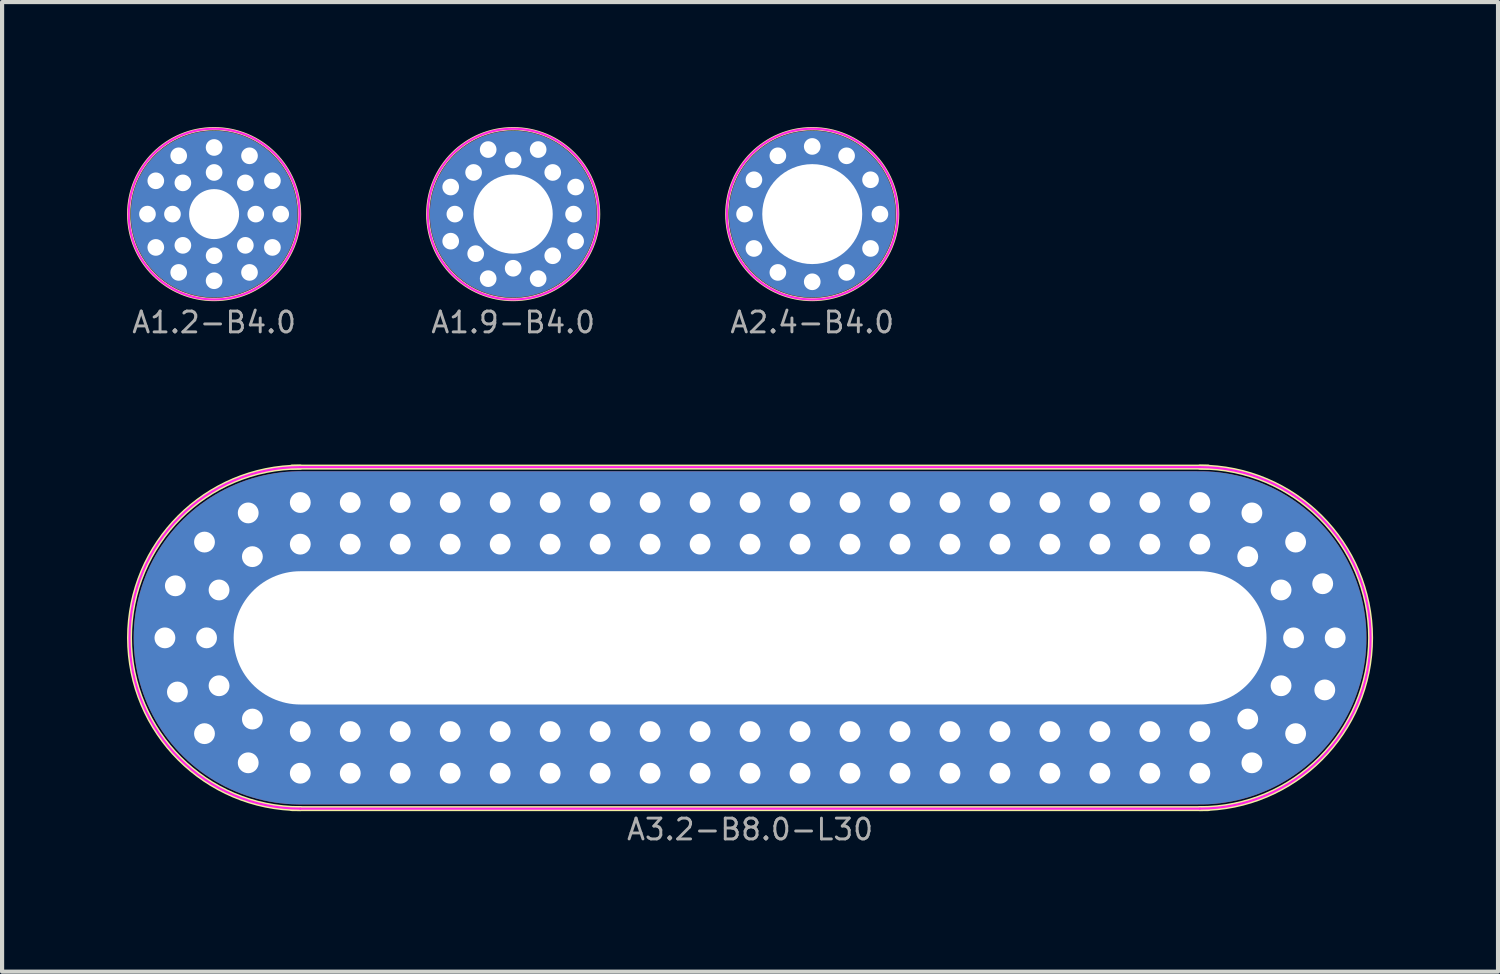
<source format=kicad_pcb>
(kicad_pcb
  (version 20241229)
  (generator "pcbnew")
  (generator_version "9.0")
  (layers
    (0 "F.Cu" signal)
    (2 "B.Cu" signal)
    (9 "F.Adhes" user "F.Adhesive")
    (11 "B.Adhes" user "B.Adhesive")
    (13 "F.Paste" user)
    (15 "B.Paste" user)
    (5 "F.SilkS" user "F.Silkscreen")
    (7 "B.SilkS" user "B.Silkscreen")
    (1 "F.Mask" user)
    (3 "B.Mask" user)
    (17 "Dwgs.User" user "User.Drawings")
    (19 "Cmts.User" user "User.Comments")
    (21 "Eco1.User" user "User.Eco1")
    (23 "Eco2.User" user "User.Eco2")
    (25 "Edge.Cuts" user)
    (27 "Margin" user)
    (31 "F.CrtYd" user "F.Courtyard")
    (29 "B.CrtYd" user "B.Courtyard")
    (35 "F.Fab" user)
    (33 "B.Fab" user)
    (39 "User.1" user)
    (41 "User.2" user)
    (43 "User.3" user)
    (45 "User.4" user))
  (footprint "A2.4-B4.0"
    (layer "F.Cu")
    (at 16.453 2.091)
    (property "Reference" "A2.4-B4.0" (at 0 2.6 0) (layer "F.Fab") (effects (font (size 0.5 0.5) (thickness 0.07))))
    (attr through_hole)
    (fp_circle (center 0 0) (end 2.05 -0.05) (stroke (width 0.08) (type solid)) (fill no) (layer "F.SilkS"))
    (fp_circle (center 0 0) (end 2.05 0) (stroke (width 0.05) (type solid)) (fill no) (layer "F.CrtYd"))
    (pad "1" thru_hole circle (at -1.625 0) (size 0.5 0.5) (drill 0.4) (layers "*.Cu" "*.Mask"))
    (pad "1" thru_hole circle (at -1.4 -0.825) (size 0.5 0.5) (drill 0.4) (layers "*.Cu" "*.Mask"))
    (pad "1" thru_hole circle (at -1.4 0.825) (size 0.5 0.5) (drill 0.4) (layers "*.Cu" "*.Mask"))
    (pad "1" thru_hole circle (at -0.825 -1.4) (size 0.5 0.5) (drill 0.4) (layers "*.Cu" "*.Mask"))
    (pad "1" thru_hole circle (at -0.825 1.4) (size 0.5 0.5) (drill 0.4) (layers "*.Cu" "*.Mask"))
    (pad "1" thru_hole circle (at 0 -1.625) (size 0.5 0.5) (drill 0.4) (layers "*.Cu" "*.Mask"))
    (pad "1" thru_hole circle (at 0 0) (size 4 4) (drill 2.4) (layers "*.Cu" "*.Mask"))
    (pad "1" thru_hole circle (at 0 1.625) (size 0.5 0.5) (drill 0.4) (layers "*.Cu" "*.Mask"))
    (pad "1" thru_hole circle (at 0.825 -1.4) (size 0.5 0.5) (drill 0.4) (layers "*.Cu" "*.Mask"))
    (pad "1" thru_hole circle (at 0.825 1.4) (size 0.5 0.5) (drill 0.4) (layers "*.Cu" "*.Mask"))
    (pad "1" thru_hole circle (at 1.4 -0.825) (size 0.5 0.5) (drill 0.4) (layers "*.Cu" "*.Mask"))
    (pad "1" thru_hole circle (at 1.4 0.825) (size 0.5 0.5) (drill 0.4) (layers "*.Cu" "*.Mask"))
    (pad "1" thru_hole circle (at 1.625 0) (size 0.5 0.5) (drill 0.4) (layers "*.Cu" "*.Mask")))
  (footprint "A1.2-B4.0"
    (layer "F.Cu")
    (at 2.091 2.091)
    (property "Reference" "A1.2-B4.0" (at 0 2.6 0) (layer "F.Fab") (effects (font (size 0.5 0.5) (thickness 0.07))))
    (attr through_hole)
    (fp_circle (center 0 0) (end 2.05 -0.05) (stroke (width 0.08) (type solid)) (fill no) (layer "F.SilkS"))
    (fp_circle (center 0 0) (end 2.05 0) (stroke (width 0.05) (type solid)) (fill no) (layer "F.CrtYd"))
    (pad "1" thru_hole circle (at -1.6 0) (size 0.5 0.5) (drill 0.4) (layers "*.Cu" "*.Mask"))
    (pad "1" thru_hole circle (at -1.4 -0.8) (size 0.5 0.5) (drill 0.4) (layers "*.Cu" "*.Mask"))
    (pad "1" thru_hole circle (at -1.4 0.8 180) (size 0.5 0.5) (drill 0.4) (layers "*.Cu" "*.Mask"))
    (pad "1" thru_hole circle (at -1 0) (size 0.5 0.5) (drill 0.4) (layers "*.Cu" "*.Mask"))
    (pad "1" thru_hole circle (at -0.85 -1.4) (size 0.5 0.5) (drill 0.4) (layers "*.Cu" "*.Mask"))
    (pad "1" thru_hole circle (at -0.85 1.4 180) (size 0.5 0.5) (drill 0.4) (layers "*.Cu" "*.Mask"))
    (pad "1" thru_hole circle (at -0.75 -0.75) (size 0.5 0.5) (drill 0.4) (layers "*.Cu" "*.Mask"))
    (pad "1" thru_hole circle (at -0.75 0.75 180) (size 0.5 0.5) (drill 0.4) (layers "*.Cu" "*.Mask"))
    (pad "1" thru_hole circle (at 0 -1.6 270) (size 0.5 0.5) (drill 0.4) (layers "*.Cu" "*.Mask"))
    (pad "1" thru_hole circle (at 0 -1 270) (size 0.5 0.5) (drill 0.4) (layers "*.Cu" "*.Mask"))
    (pad "1" thru_hole circle (at 0 0) (size 4 4) (drill 1.2) (layers "*.Cu" "*.Mask"))
    (pad "1" thru_hole circle (at 0 1 90) (size 0.5 0.5) (drill 0.4) (layers "*.Cu" "*.Mask"))
    (pad "1" thru_hole circle (at 0 1.6 90) (size 0.5 0.5) (drill 0.4) (layers "*.Cu" "*.Mask"))
    (pad "1" thru_hole circle (at 0.75 -0.75) (size 0.5 0.5) (drill 0.4) (layers "*.Cu" "*.Mask"))
    (pad "1" thru_hole circle (at 0.75 0.75 180) (size 0.5 0.5) (drill 0.4) (layers "*.Cu" "*.Mask"))
    (pad "1" thru_hole circle (at 0.85 -1.4) (size 0.5 0.5) (drill 0.4) (layers "*.Cu" "*.Mask"))
    (pad "1" thru_hole circle (at 0.85 1.4 180) (size 0.5 0.5) (drill 0.4) (layers "*.Cu" "*.Mask"))
    (pad "1" thru_hole circle (at 1 0 180) (size 0.5 0.5) (drill 0.4) (layers "*.Cu" "*.Mask"))
    (pad "1" thru_hole circle (at 1.4 -0.8) (size 0.5 0.5) (drill 0.4) (layers "*.Cu" "*.Mask"))
    (pad "1" thru_hole circle (at 1.4 0.8 180) (size 0.5 0.5) (drill 0.4) (layers "*.Cu" "*.Mask"))
    (pad "1" thru_hole circle (at 1.6 0 180) (size 0.5 0.5) (drill 0.4) (layers "*.Cu" "*.Mask")))
  (footprint "A3.2-B8.0-L30"
    (layer "F.Cu")
    (at 14.96 12.266)
    (property "Reference" "A3.2-B8.0-L30" (at 0 4.6 0) (layer "F.Fab") (effects (font (size 0.5 0.5) (thickness 0.07))))
    (attr through_hole)
    (fp_line (start -11 -4.1) (end 11 -4.1) (stroke (width 0.12) (type solid)) (layer "F.SilkS"))
    (fp_line (start 11 4.1) (end -11 4.1) (stroke (width 0.12) (type solid)) (layer "F.SilkS"))
    (fp_arc (start -10.8 4.1) (mid -14.9 0) (end -10.8 -4.1) (stroke (width 0.12) (type solid)) (layer "F.SilkS"))
    (fp_arc (start 10.8 -4.1) (mid 14.9 0) (end 10.8 4.1) (stroke (width 0.12) (type solid)) (layer "F.SilkS"))
    (fp_line (start -10.8 -4.1) (end 10.8 -4.1) (stroke (width 0.05) (type solid)) (layer "F.CrtYd"))
    (fp_line (start 10.8 4.1) (end -10.8 4.1) (stroke (width 0.05) (type solid)) (layer "F.CrtYd"))
    (fp_arc (start -10.8 4.1) (mid -14.9 0) (end -10.8 -4.1) (stroke (width 0.05) (type solid)) (layer "F.CrtYd"))
    (fp_arc (start 10.8 -4.1) (mid 14.9 0) (end 10.8 4.1) (stroke (width 0.05) (type solid)) (layer "F.CrtYd"))
    (pad "1" thru_hole circle (at -14.05 0) (size 0.6 0.6) (drill 0.5) (layers "*.Cu" "*.Mask"))
    (pad "1" thru_hole circle (at -13.8 -1.25) (size 0.6 0.6) (drill 0.5) (layers "*.Cu" "*.Mask"))
    (pad "1" thru_hole circle (at -13.75 1.3) (size 0.6 0.6) (drill 0.5) (layers "*.Cu" "*.Mask"))
    (pad "1" thru_hole circle (at -13.1 -2.3) (size 0.6 0.6) (drill 0.5) (layers "*.Cu" "*.Mask"))
    (pad "1" thru_hole circle (at -13.1 2.3) (size 0.6 0.6) (drill 0.5) (layers "*.Cu" "*.Mask"))
    (pad "1" thru_hole circle (at -13.05 0) (size 0.6 0.6) (drill 0.5) (layers "*.Cu" "*.Mask"))
    (pad "1" thru_hole circle (at -12.75 -1.15) (size 0.6 0.6) (drill 0.5) (layers "*.Cu" "*.Mask"))
    (pad "1" thru_hole circle (at -12.75 1.15) (size 0.6 0.6) (drill 0.5) (layers "*.Cu" "*.Mask"))
    (pad "1" thru_hole circle (at -12.05 -3) (size 0.6 0.6) (drill 0.5) (layers "*.Cu" "*.Mask"))
    (pad "1" thru_hole circle (at -12.05 3) (size 0.6 0.6) (drill 0.5) (layers "*.Cu" "*.Mask"))
    (pad "1" thru_hole circle (at -11.95 -1.95) (size 0.6 0.6) (drill 0.5) (layers "*.Cu" "*.Mask"))
    (pad "1" thru_hole circle (at -11.95 1.95) (size 0.6 0.6) (drill 0.5) (layers "*.Cu" "*.Mask"))
    (pad "1" thru_hole circle (at -10.8 -3.25) (size 0.6 0.6) (drill 0.5) (layers "*.Cu" "*.Mask"))
    (pad "1" thru_hole circle (at -10.8 -2.25) (size 0.6 0.6) (drill 0.5) (layers "*.Cu" "*.Mask"))
    (pad "1" thru_hole circle (at -10.8 2.25) (size 0.6 0.6) (drill 0.5) (layers "*.Cu" "*.Mask"))
    (pad "1" thru_hole circle (at -10.8 3.25) (size 0.6 0.6) (drill 0.5) (layers "*.Cu" "*.Mask"))
    (pad "1" thru_hole circle (at -9.6 -3.25) (size 0.6 0.6) (drill 0.5) (layers "*.Cu" "*.Mask"))
    (pad "1" thru_hole circle (at -9.6 -2.25) (size 0.6 0.6) (drill 0.5) (layers "*.Cu" "*.Mask"))
    (pad "1" thru_hole circle (at -9.6 2.25) (size 0.6 0.6) (drill 0.5) (layers "*.Cu" "*.Mask"))
    (pad "1" thru_hole circle (at -9.6 3.25) (size 0.6 0.6) (drill 0.5) (layers "*.Cu" "*.Mask"))
    (pad "1" thru_hole circle (at -8.4 -3.25) (size 0.6 0.6) (drill 0.5) (layers "*.Cu" "*.Mask"))
    (pad "1" thru_hole circle (at -8.4 -2.25) (size 0.6 0.6) (drill 0.5) (layers "*.Cu" "*.Mask"))
    (pad "1" thru_hole circle (at -8.4 2.25) (size 0.6 0.6) (drill 0.5) (layers "*.Cu" "*.Mask"))
    (pad "1" thru_hole circle (at -8.4 3.25) (size 0.6 0.6) (drill 0.5) (layers "*.Cu" "*.Mask"))
    (pad "1" thru_hole circle (at -7.2 -3.25) (size 0.6 0.6) (drill 0.5) (layers "*.Cu" "*.Mask"))
    (pad "1" thru_hole circle (at -7.2 -2.25) (size 0.6 0.6) (drill 0.5) (layers "*.Cu" "*.Mask"))
    (pad "1" thru_hole circle (at -7.2 2.25) (size 0.6 0.6) (drill 0.5) (layers "*.Cu" "*.Mask"))
    (pad "1" thru_hole circle (at -7.2 3.25) (size 0.6 0.6) (drill 0.5) (layers "*.Cu" "*.Mask"))
    (pad "1" thru_hole circle (at -6 -3.25) (size 0.6 0.6) (drill 0.5) (layers "*.Cu" "*.Mask"))
    (pad "1" thru_hole circle (at -6 -2.25) (size 0.6 0.6) (drill 0.5) (layers "*.Cu" "*.Mask"))
    (pad "1" thru_hole circle (at -6 2.25) (size 0.6 0.6) (drill 0.5) (layers "*.Cu" "*.Mask"))
    (pad "1" thru_hole circle (at -6 3.25) (size 0.6 0.6) (drill 0.5) (layers "*.Cu" "*.Mask"))
    (pad "1" thru_hole circle (at -4.8 -3.25) (size 0.6 0.6) (drill 0.5) (layers "*.Cu" "*.Mask"))
    (pad "1" thru_hole circle (at -4.8 -2.25) (size 0.6 0.6) (drill 0.5) (layers "*.Cu" "*.Mask"))
    (pad "1" thru_hole circle (at -4.8 2.25) (size 0.6 0.6) (drill 0.5) (layers "*.Cu" "*.Mask"))
    (pad "1" thru_hole circle (at -4.8 3.25) (size 0.6 0.6) (drill 0.5) (layers "*.Cu" "*.Mask"))
    (pad "1" thru_hole circle (at -3.6 -3.25) (size 0.6 0.6) (drill 0.5) (layers "*.Cu" "*.Mask"))
    (pad "1" thru_hole circle (at -3.6 -2.25) (size 0.6 0.6) (drill 0.5) (layers "*.Cu" "*.Mask"))
    (pad "1" thru_hole circle (at -3.6 2.25) (size 0.6 0.6) (drill 0.5) (layers "*.Cu" "*.Mask"))
    (pad "1" thru_hole circle (at -3.6 3.25) (size 0.6 0.6) (drill 0.5) (layers "*.Cu" "*.Mask"))
    (pad "1" thru_hole circle (at -2.4 -3.25) (size 0.6 0.6) (drill 0.5) (layers "*.Cu" "*.Mask"))
    (pad "1" thru_hole circle (at -2.4 -2.25) (size 0.6 0.6) (drill 0.5) (layers "*.Cu" "*.Mask"))
    (pad "1" thru_hole circle (at -2.4 2.25) (size 0.6 0.6) (drill 0.5) (layers "*.Cu" "*.Mask"))
    (pad "1" thru_hole circle (at -2.4 3.25) (size 0.6 0.6) (drill 0.5) (layers "*.Cu" "*.Mask"))
    (pad "1" thru_hole circle (at -1.2 -3.25) (size 0.6 0.6) (drill 0.5) (layers "*.Cu" "*.Mask"))
    (pad "1" thru_hole circle (at -1.2 -2.25) (size 0.6 0.6) (drill 0.5) (layers "*.Cu" "*.Mask"))
    (pad "1" thru_hole circle (at -1.2 2.25) (size 0.6 0.6) (drill 0.5) (layers "*.Cu" "*.Mask"))
    (pad "1" thru_hole circle (at -1.2 3.25) (size 0.6 0.6) (drill 0.5) (layers "*.Cu" "*.Mask"))
    (pad "1" thru_hole circle (at 0 -3.25) (size 0.6 0.6) (drill 0.5) (layers "*.Cu" "*.Mask"))
    (pad "1" thru_hole circle (at 0 -2.25) (size 0.6 0.6) (drill 0.5) (layers "*.Cu" "*.Mask"))
    (pad "1" thru_hole oval (at 0 0) (size 29.6 8) (drill oval 24.8 3.2) (layers "*.Cu" "*.Mask"))
    (pad "1" thru_hole circle (at 0 2.25) (size 0.6 0.6) (drill 0.5) (layers "*.Cu" "*.Mask"))
    (pad "1" thru_hole circle (at 0 3.25) (size 0.6 0.6) (drill 0.5) (layers "*.Cu" "*.Mask"))
    (pad "1" thru_hole circle (at 1.2 -3.25) (size 0.6 0.6) (drill 0.5) (layers "*.Cu" "*.Mask"))
    (pad "1" thru_hole circle (at 1.2 -2.25) (size 0.6 0.6) (drill 0.5) (layers "*.Cu" "*.Mask"))
    (pad "1" thru_hole circle (at 1.2 2.25) (size 0.6 0.6) (drill 0.5) (layers "*.Cu" "*.Mask"))
    (pad "1" thru_hole circle (at 1.2 3.25) (size 0.6 0.6) (drill 0.5) (layers "*.Cu" "*.Mask"))
    (pad "1" thru_hole circle (at 2.4 -3.25) (size 0.6 0.6) (drill 0.5) (layers "*.Cu" "*.Mask"))
    (pad "1" thru_hole circle (at 2.4 -2.25) (size 0.6 0.6) (drill 0.5) (layers "*.Cu" "*.Mask"))
    (pad "1" thru_hole circle (at 2.4 2.25) (size 0.6 0.6) (drill 0.5) (layers "*.Cu" "*.Mask"))
    (pad "1" thru_hole circle (at 2.4 3.25) (size 0.6 0.6) (drill 0.5) (layers "*.Cu" "*.Mask"))
    (pad "1" thru_hole circle (at 3.6 -3.25) (size 0.6 0.6) (drill 0.5) (layers "*.Cu" "*.Mask"))
    (pad "1" thru_hole circle (at 3.6 -2.25) (size 0.6 0.6) (drill 0.5) (layers "*.Cu" "*.Mask"))
    (pad "1" thru_hole circle (at 3.6 2.25) (size 0.6 0.6) (drill 0.5) (layers "*.Cu" "*.Mask"))
    (pad "1" thru_hole circle (at 3.6 3.25) (size 0.6 0.6) (drill 0.5) (layers "*.Cu" "*.Mask"))
    (pad "1" thru_hole circle (at 4.8 -3.25) (size 0.6 0.6) (drill 0.5) (layers "*.Cu" "*.Mask"))
    (pad "1" thru_hole circle (at 4.8 -2.25) (size 0.6 0.6) (drill 0.5) (layers "*.Cu" "*.Mask"))
    (pad "1" thru_hole circle (at 4.8 2.25) (size 0.6 0.6) (drill 0.5) (layers "*.Cu" "*.Mask"))
    (pad "1" thru_hole circle (at 4.8 3.25) (size 0.6 0.6) (drill 0.5) (layers "*.Cu" "*.Mask"))
    (pad "1" thru_hole circle (at 6 -3.25) (size 0.6 0.6) (drill 0.5) (layers "*.Cu" "*.Mask"))
    (pad "1" thru_hole circle (at 6 -2.25) (size 0.6 0.6) (drill 0.5) (layers "*.Cu" "*.Mask"))
    (pad "1" thru_hole circle (at 6 2.25) (size 0.6 0.6) (drill 0.5) (layers "*.Cu" "*.Mask"))
    (pad "1" thru_hole circle (at 6 3.25) (size 0.6 0.6) (drill 0.5) (layers "*.Cu" "*.Mask"))
    (pad "1" thru_hole circle (at 7.2 -3.25) (size 0.6 0.6) (drill 0.5) (layers "*.Cu" "*.Mask"))
    (pad "1" thru_hole circle (at 7.2 -2.25) (size 0.6 0.6) (drill 0.5) (layers "*.Cu" "*.Mask"))
    (pad "1" thru_hole circle (at 7.2 2.25) (size 0.6 0.6) (drill 0.5) (layers "*.Cu" "*.Mask"))
    (pad "1" thru_hole circle (at 7.2 3.25) (size 0.6 0.6) (drill 0.5) (layers "*.Cu" "*.Mask"))
    (pad "1" thru_hole circle (at 8.4 -3.25) (size 0.6 0.6) (drill 0.5) (layers "*.Cu" "*.Mask"))
    (pad "1" thru_hole circle (at 8.4 -2.25) (size 0.6 0.6) (drill 0.5) (layers "*.Cu" "*.Mask"))
    (pad "1" thru_hole circle (at 8.4 2.25) (size 0.6 0.6) (drill 0.5) (layers "*.Cu" "*.Mask"))
    (pad "1" thru_hole circle (at 8.4 3.25) (size 0.6 0.6) (drill 0.5) (layers "*.Cu" "*.Mask"))
    (pad "1" thru_hole circle (at 9.6 -3.25) (size 0.6 0.6) (drill 0.5) (layers "*.Cu" "*.Mask"))
    (pad "1" thru_hole circle (at 9.6 -2.25) (size 0.6 0.6) (drill 0.5) (layers "*.Cu" "*.Mask"))
    (pad "1" thru_hole circle (at 9.6 2.25) (size 0.6 0.6) (drill 0.5) (layers "*.Cu" "*.Mask"))
    (pad "1" thru_hole circle (at 9.6 3.25) (size 0.6 0.6) (drill 0.5) (layers "*.Cu" "*.Mask"))
    (pad "1" thru_hole circle (at 10.8 -3.25 180) (size 0.6 0.6) (drill 0.5) (layers "*.Cu" "*.Mask"))
    (pad "1" thru_hole circle (at 10.8 -2.25 180) (size 0.6 0.6) (drill 0.5) (layers "*.Cu" "*.Mask"))
    (pad "1" thru_hole circle (at 10.8 2.25 180) (size 0.6 0.6) (drill 0.5) (layers "*.Cu" "*.Mask"))
    (pad "1" thru_hole circle (at 10.8 3.25 180) (size 0.6 0.6) (drill 0.5) (layers "*.Cu" "*.Mask"))
    (pad "1" thru_hole circle (at 11.95 -1.95 180) (size 0.6 0.6) (drill 0.5) (layers "*.Cu" "*.Mask"))
    (pad "1" thru_hole circle (at 11.95 1.95 180) (size 0.6 0.6) (drill 0.5) (layers "*.Cu" "*.Mask"))
    (pad "1" thru_hole circle (at 12.05 -3 180) (size 0.6 0.6) (drill 0.5) (layers "*.Cu" "*.Mask"))
    (pad "1" thru_hole circle (at 12.05 3 180) (size 0.6 0.6) (drill 0.5) (layers "*.Cu" "*.Mask"))
    (pad "1" thru_hole circle (at 12.75 -1.15 180) (size 0.6 0.6) (drill 0.5) (layers "*.Cu" "*.Mask"))
    (pad "1" thru_hole circle (at 12.75 1.15 180) (size 0.6 0.6) (drill 0.5) (layers "*.Cu" "*.Mask"))
    (pad "1" thru_hole circle (at 13.05 0 180) (size 0.6 0.6) (drill 0.5) (layers "*.Cu" "*.Mask"))
    (pad "1" thru_hole circle (at 13.1 -2.3 180) (size 0.6 0.6) (drill 0.5) (layers "*.Cu" "*.Mask"))
    (pad "1" thru_hole circle (at 13.1 2.3 180) (size 0.6 0.6) (drill 0.5) (layers "*.Cu" "*.Mask"))
    (pad "1" thru_hole circle (at 13.75 -1.3 180) (size 0.6 0.6) (drill 0.5) (layers "*.Cu" "*.Mask"))
    (pad "1" thru_hole circle (at 13.8 1.25 180) (size 0.6 0.6) (drill 0.5) (layers "*.Cu" "*.Mask"))
    (pad "1" thru_hole circle (at 14.05 0 180) (size 0.6 0.6) (drill 0.5) (layers "*.Cu" "*.Mask")))
  (footprint "A1.9-B4.0"
    (layer "F.Cu")
    (at 9.272 2.091)
    (property "Reference" "A1.9-B4.0" (at 0 2.6 0) (layer "F.Fab") (effects (font (size 0.5 0.5) (thickness 0.07))))
    (attr through_hole)
    (fp_circle (center 0 0) (end 2.05 -0.05) (stroke (width 0.08) (type solid)) (fill no) (layer "F.SilkS"))
    (fp_circle (center 0 0) (end 2.05 0) (stroke (width 0.05) (type solid)) (fill no) (layer "F.CrtYd"))
    (pad "1" thru_hole circle (at -1.5 -0.65) (size 0.5 0.5) (drill 0.4) (layers "*.Cu" "*.Mask"))
    (pad "1" thru_hole circle (at -1.5 0.65 180) (size 0.5 0.5) (drill 0.4) (layers "*.Cu" "*.Mask"))
    (pad "1" thru_hole circle (at -1.4 0) (size 0.5 0.5) (drill 0.4) (layers "*.Cu" "*.Mask"))
    (pad "1" thru_hole circle (at -0.95 -1) (size 0.5 0.5) (drill 0.4) (layers "*.Cu" "*.Mask"))
    (pad "1" thru_hole circle (at -0.9 0.95 180) (size 0.5 0.5) (drill 0.4) (layers "*.Cu" "*.Mask"))
    (pad "1" thru_hole circle (at -0.6 -1.55) (size 0.5 0.5) (drill 0.4) (layers "*.Cu" "*.Mask"))
    (pad "1" thru_hole circle (at -0.6 1.55 180) (size 0.5 0.5) (drill 0.4) (layers "*.Cu" "*.Mask"))
    (pad "1" thru_hole circle (at 0 -1.3) (size 0.5 0.5) (drill 0.4) (layers "*.Cu" "*.Mask"))
    (pad "1" thru_hole circle (at 0 0) (size 4 4) (drill 1.9) (layers "*.Cu" "*.Mask"))
    (pad "1" thru_hole circle (at 0 1.3) (size 0.5 0.5) (drill 0.4) (layers "*.Cu" "*.Mask"))
    (pad "1" thru_hole circle (at 0.6 -1.55) (size 0.5 0.5) (drill 0.4) (layers "*.Cu" "*.Mask"))
    (pad "1" thru_hole circle (at 0.6 1.55 180) (size 0.5 0.5) (drill 0.4) (layers "*.Cu" "*.Mask"))
    (pad "1" thru_hole circle (at 0.95 -1) (size 0.5 0.5) (drill 0.4) (layers "*.Cu" "*.Mask"))
    (pad "1" thru_hole circle (at 0.95 1 180) (size 0.5 0.5) (drill 0.4) (layers "*.Cu" "*.Mask"))
    (pad "1" thru_hole circle (at 1.45 0 180) (size 0.5 0.5) (drill 0.4) (layers "*.Cu" "*.Mask"))
    (pad "1" thru_hole circle (at 1.5 -0.65) (size 0.5 0.5) (drill 0.4) (layers "*.Cu" "*.Mask"))
    (pad "1" thru_hole circle (at 1.5 0.65 180) (size 0.5 0.5) (drill 0.4) (layers "*.Cu" "*.Mask")))
  (gr_rect
    (start -3 -3)
    (end 32.92 20.281)
    (stroke (width 0.1) (type default))
    (fill no)
    (layer "Edge.Cuts")))
</source>
